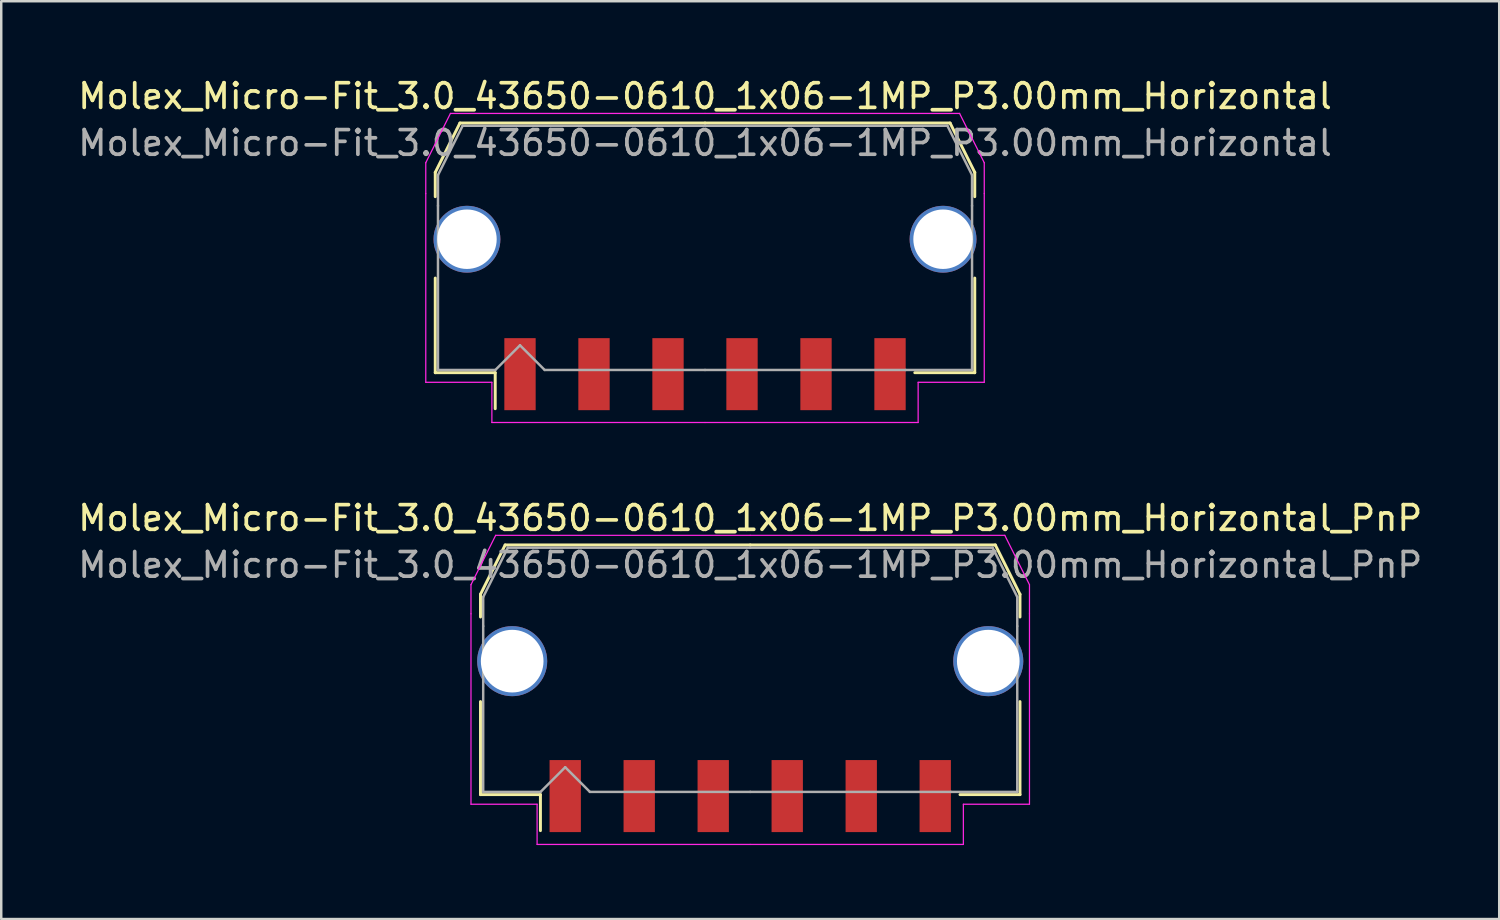
<source format=kicad_pcb>
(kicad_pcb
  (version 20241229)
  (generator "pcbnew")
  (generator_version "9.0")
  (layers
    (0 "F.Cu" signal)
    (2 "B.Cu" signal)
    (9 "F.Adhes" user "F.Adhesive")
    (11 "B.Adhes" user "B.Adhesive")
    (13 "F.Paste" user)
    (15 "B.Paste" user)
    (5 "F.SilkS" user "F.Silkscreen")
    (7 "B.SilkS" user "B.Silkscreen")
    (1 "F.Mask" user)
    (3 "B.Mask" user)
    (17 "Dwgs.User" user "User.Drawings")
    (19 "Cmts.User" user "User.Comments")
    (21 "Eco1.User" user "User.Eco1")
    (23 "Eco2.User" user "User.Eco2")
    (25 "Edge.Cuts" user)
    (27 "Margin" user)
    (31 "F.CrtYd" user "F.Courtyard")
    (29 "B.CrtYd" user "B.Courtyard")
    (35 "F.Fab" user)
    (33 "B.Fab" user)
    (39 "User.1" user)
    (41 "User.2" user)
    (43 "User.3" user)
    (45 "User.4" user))
  (footprint "Molex_Micro-Fit_3.0_43650-0610_1x06-1MP_P3.00mm_Horizontal_PnP"
    (layer "F.Cu")
    (at 27.363 24.102)
    (property "Reference" "Molex_Micro-Fit_3.0_43650-0610_1x06-1MP_P3.00mm_Horizontal_PnP" (at 0 -6.15 0) (layer "F.SilkS") (effects (font (size 1 1) (thickness 0.15))))
    (attr smd)
    (fp_line (start -10.935 -3.06) (end -10.935 -2.14) (stroke (width 0.12) (type solid)) (layer "F.SilkS"))
    (fp_line (start -10.935 1.29) (end -10.935 5.06) (stroke (width 0.12) (type solid)) (layer "F.SilkS"))
    (fp_line (start -10.935 5.06) (end -8.505 5.06) (stroke (width 0.12) (type solid)) (layer "F.SilkS"))
    (fp_line (start -9.935 -5.06) (end -10.935 -3.06) (stroke (width 0.12) (type solid)) (layer "F.SilkS"))
    (fp_line (start -8.505 5.06) (end -8.505 6.52) (stroke (width 0.12) (type solid)) (layer "F.SilkS"))
    (fp_line (start 0 -5.06) (end -9.935 -5.06) (stroke (width 0.12) (type solid)) (layer "F.SilkS"))
    (fp_line (start 0 -5.06) (end 9.935 -5.06) (stroke (width 0.12) (type solid)) (layer "F.SilkS"))
    (fp_line (start 9.935 -5.06) (end 10.935 -3.06) (stroke (width 0.12) (type solid)) (layer "F.SilkS"))
    (fp_line (start 10.935 -3.06) (end 10.935 -2.14) (stroke (width 0.12) (type solid)) (layer "F.SilkS"))
    (fp_line (start 10.935 1.29) (end 10.935 5.06) (stroke (width 0.12) (type solid)) (layer "F.SilkS"))
    (fp_line (start 10.935 5.06) (end 8.505 5.06) (stroke (width 0.12) (type solid)) (layer "F.SilkS"))
    (fp_line (start -11.32 -3.45) (end -11.32 -2.27) (stroke (width 0.05) (type solid)) (layer "F.CrtYd"))
    (fp_line (start -11.32 -2.27) (end -11.32 5.45) (stroke (width 0.05) (type solid)) (layer "F.CrtYd"))
    (fp_line (start -11.32 5.45) (end -8.64 5.45) (stroke (width 0.05) (type solid)) (layer "F.CrtYd"))
    (fp_line (start -10.32 -5.45) (end -11.32 -3.45) (stroke (width 0.05) (type solid)) (layer "F.CrtYd"))
    (fp_line (start -8.64 5.45) (end -8.64 7.08) (stroke (width 0.05) (type solid)) (layer "F.CrtYd"))
    (fp_line (start -8.64 7.08) (end 0 7.08) (stroke (width 0.05) (type solid)) (layer "F.CrtYd"))
    (fp_line (start 0 -5.45) (end -10.32 -5.45) (stroke (width 0.05) (type solid)) (layer "F.CrtYd"))
    (fp_line (start 0 -5.45) (end 10.32 -5.45) (stroke (width 0.05) (type solid)) (layer "F.CrtYd"))
    (fp_line (start 8.64 5.45) (end 8.64 7.08) (stroke (width 0.05) (type solid)) (layer "F.CrtYd"))
    (fp_line (start 8.64 7.08) (end 0 7.08) (stroke (width 0.05) (type solid)) (layer "F.CrtYd"))
    (fp_line (start 10.32 -5.45) (end 11.32 -3.45) (stroke (width 0.05) (type solid)) (layer "F.CrtYd"))
    (fp_line (start 11.32 -3.45) (end 11.32 -2.27) (stroke (width 0.05) (type solid)) (layer "F.CrtYd"))
    (fp_line (start 11.32 -2.27) (end 11.32 5.45) (stroke (width 0.05) (type solid)) (layer "F.CrtYd"))
    (fp_line (start 11.32 5.45) (end 8.64 5.45) (stroke (width 0.05) (type solid)) (layer "F.CrtYd"))
    (fp_line (start -10.825 -2.95) (end -10.825 -1.77) (stroke (width 0.1) (type solid)) (layer "F.Fab"))
    (fp_line (start -10.825 -1.77) (end -10.825 4.95) (stroke (width 0.1) (type solid)) (layer "F.Fab"))
    (fp_line (start -10.825 4.95) (end -8.5 4.95) (stroke (width 0.1) (type solid)) (layer "F.Fab"))
    (fp_line (start -9.825 -4.95) (end -10.825 -2.95) (stroke (width 0.1) (type solid)) (layer "F.Fab"))
    (fp_line (start -8.5 4.95) (end -7.5 3.95) (stroke (width 0.1) (type solid)) (layer "F.Fab"))
    (fp_line (start -7.5 3.95) (end -6.5 4.95) (stroke (width 0.1) (type solid)) (layer "F.Fab"))
    (fp_line (start -6.5 4.95) (end 0 4.95) (stroke (width 0.1) (type solid)) (layer "F.Fab"))
    (fp_line (start 0 -4.95) (end -9.825 -4.95) (stroke (width 0.1) (type solid)) (layer "F.Fab"))
    (fp_line (start 0 -4.95) (end 9.825 -4.95) (stroke (width 0.1) (type solid)) (layer "F.Fab"))
    (fp_line (start 8.135 4.95) (end 0 4.95) (stroke (width 0.1) (type solid)) (layer "F.Fab"))
    (fp_line (start 9.825 -4.95) (end 10.825 -2.95) (stroke (width 0.1) (type solid)) (layer "F.Fab"))
    (fp_line (start 10.825 -2.95) (end 10.825 -1.77) (stroke (width 0.1) (type solid)) (layer "F.Fab"))
    (fp_line (start 10.825 -1.77) (end 10.825 4.95) (stroke (width 0.1) (type solid)) (layer "F.Fab"))
    (fp_line (start 10.825 4.95) (end 8.135 4.95) (stroke (width 0.1) (type solid)) (layer "F.Fab"))
    (fp_text user "${REFERENCE}" (at 0 -4.25 0) (layer "F.Fab") (effects (font (size 1 1) (thickness 0.15))))
    (pad "1" smd rect (at -7.5 5.12) (size 1.27 2.92) (layers "F.Cu" "F.Mask" "F.Paste"))
    (pad "2" smd rect (at -4.5 5.12) (size 1.27 2.92) (layers "F.Cu" "F.Mask" "F.Paste"))
    (pad "3" smd rect (at -1.5 5.12) (size 1.27 2.92) (layers "F.Cu" "F.Mask" "F.Paste"))
    (pad "4" smd rect (at 1.5 5.12) (size 1.27 2.92) (layers "F.Cu" "F.Mask" "F.Paste"))
    (pad "5" smd rect (at 4.5 5.12) (size 1.27 2.92) (layers "F.Cu" "F.Mask" "F.Paste"))
    (pad "6" smd rect (at 7.5 5.12) (size 1.27 2.92) (layers "F.Cu" "F.Mask" "F.Paste"))
    (pad "MP" thru_hole circle (at -9.65 -0.35) (size 2.84 2.84) (drill 2.54) (layers "*.Cu" "*.Mask"))
    (pad "MP" thru_hole circle (at 9.65 -0.35) (size 2.84 2.84) (drill 2.54) (layers "*.Cu" "*.Mask")))
  (footprint "Molex_Micro-Fit_3.0_43650-0610_1x06-1MP_P3.00mm_Horizontal"
    (layer "F.Cu")
    (at 25.53 6.998)
    (property "Reference" "Molex_Micro-Fit_3.0_43650-0610_1x06-1MP_P3.00mm_Horizontal" (at 0 -6.15 0) (layer "F.SilkS") (effects (font (size 1 1) (thickness 0.15))))
    (attr smd)
    (fp_line (start -10.935 -3.06) (end -10.935 -2.075) (stroke (width 0.12) (type solid)) (layer "F.SilkS"))
    (fp_line (start -10.935 1.225) (end -10.935 5.06) (stroke (width 0.12) (type solid)) (layer "F.SilkS"))
    (fp_line (start -10.935 5.06) (end -8.505 5.06) (stroke (width 0.12) (type solid)) (layer "F.SilkS"))
    (fp_line (start -9.935 -5.06) (end -10.935 -3.06) (stroke (width 0.12) (type solid)) (layer "F.SilkS"))
    (fp_line (start -8.505 5.06) (end -8.505 6.52) (stroke (width 0.12) (type solid)) (layer "F.SilkS"))
    (fp_line (start 0 -5.06) (end -9.935 -5.06) (stroke (width 0.12) (type solid)) (layer "F.SilkS"))
    (fp_line (start 0 -5.06) (end 9.935 -5.06) (stroke (width 0.12) (type solid)) (layer "F.SilkS"))
    (fp_line (start 9.935 -5.06) (end 10.935 -3.06) (stroke (width 0.12) (type solid)) (layer "F.SilkS"))
    (fp_line (start 10.935 -3.06) (end 10.935 -2.075) (stroke (width 0.12) (type solid)) (layer "F.SilkS"))
    (fp_line (start 10.935 1.225) (end 10.935 5.06) (stroke (width 0.12) (type solid)) (layer "F.SilkS"))
    (fp_line (start 10.935 5.06) (end 8.505 5.06) (stroke (width 0.12) (type solid)) (layer "F.SilkS"))
    (fp_line (start -11.32 -3.45) (end -11.32 -2.2) (stroke (width 0.05) (type solid)) (layer "F.CrtYd"))
    (fp_line (start -11.32 -2.2) (end -11.32 5.45) (stroke (width 0.05) (type solid)) (layer "F.CrtYd"))
    (fp_line (start -11.32 5.45) (end -8.64 5.45) (stroke (width 0.05) (type solid)) (layer "F.CrtYd"))
    (fp_line (start -10.32 -5.45) (end -11.32 -3.45) (stroke (width 0.05) (type solid)) (layer "F.CrtYd"))
    (fp_line (start -8.64 5.45) (end -8.64 7.08) (stroke (width 0.05) (type solid)) (layer "F.CrtYd"))
    (fp_line (start -8.64 7.08) (end 0 7.08) (stroke (width 0.05) (type solid)) (layer "F.CrtYd"))
    (fp_line (start 0 -5.45) (end -10.32 -5.45) (stroke (width 0.05) (type solid)) (layer "F.CrtYd"))
    (fp_line (start 0 -5.45) (end 10.32 -5.45) (stroke (width 0.05) (type solid)) (layer "F.CrtYd"))
    (fp_line (start 8.64 5.45) (end 8.64 7.08) (stroke (width 0.05) (type solid)) (layer "F.CrtYd"))
    (fp_line (start 8.64 7.08) (end 0 7.08) (stroke (width 0.05) (type solid)) (layer "F.CrtYd"))
    (fp_line (start 10.32 -5.45) (end 11.32 -3.45) (stroke (width 0.05) (type solid)) (layer "F.CrtYd"))
    (fp_line (start 11.32 -3.45) (end 11.32 -2.2) (stroke (width 0.05) (type solid)) (layer "F.CrtYd"))
    (fp_line (start 11.32 -2.2) (end 11.32 5.45) (stroke (width 0.05) (type solid)) (layer "F.CrtYd"))
    (fp_line (start 11.32 5.45) (end 8.64 5.45) (stroke (width 0.05) (type solid)) (layer "F.CrtYd"))
    (fp_line (start -10.825 -2.95) (end -10.825 -1.705) (stroke (width 0.1) (type solid)) (layer "F.Fab"))
    (fp_line (start -10.825 -1.705) (end -10.825 4.95) (stroke (width 0.1) (type solid)) (layer "F.Fab"))
    (fp_line (start -10.825 4.95) (end -8.5 4.95) (stroke (width 0.1) (type solid)) (layer "F.Fab"))
    (fp_line (start -9.825 -4.95) (end -10.825 -2.95) (stroke (width 0.1) (type solid)) (layer "F.Fab"))
    (fp_line (start -8.5 4.95) (end -7.5 3.95) (stroke (width 0.1) (type solid)) (layer "F.Fab"))
    (fp_line (start -7.5 3.95) (end -6.5 4.95) (stroke (width 0.1) (type solid)) (layer "F.Fab"))
    (fp_line (start -6.5 4.95) (end 0 4.95) (stroke (width 0.1) (type solid)) (layer "F.Fab"))
    (fp_line (start 0 -4.95) (end -9.825 -4.95) (stroke (width 0.1) (type solid)) (layer "F.Fab"))
    (fp_line (start 0 -4.95) (end 9.825 -4.95) (stroke (width 0.1) (type solid)) (layer "F.Fab"))
    (fp_line (start 8.135 4.95) (end 0 4.95) (stroke (width 0.1) (type solid)) (layer "F.Fab"))
    (fp_line (start 9.825 -4.95) (end 10.825 -2.95) (stroke (width 0.1) (type solid)) (layer "F.Fab"))
    (fp_line (start 10.825 -2.95) (end 10.825 -1.705) (stroke (width 0.1) (type solid)) (layer "F.Fab"))
    (fp_line (start 10.825 -1.705) (end 10.825 4.95) (stroke (width 0.1) (type solid)) (layer "F.Fab"))
    (fp_line (start 10.825 4.95) (end 8.135 4.95) (stroke (width 0.1) (type solid)) (layer "F.Fab"))
    (fp_text user "${REFERENCE}" (at 0 -4.25 0) (layer "F.Fab") (effects (font (size 1 1) (thickness 0.15))))
    (pad "1" smd rect (at -7.5 5.12) (size 1.27 2.92) (layers "F.Cu" "F.Mask" "F.Paste"))
    (pad "2" smd rect (at -4.5 5.12) (size 1.27 2.92) (layers "F.Cu" "F.Mask" "F.Paste"))
    (pad "3" smd rect (at -1.5 5.12) (size 1.27 2.92) (layers "F.Cu" "F.Mask" "F.Paste"))
    (pad "4" smd rect (at 1.5 5.12) (size 1.27 2.92) (layers "F.Cu" "F.Mask" "F.Paste"))
    (pad "5" smd rect (at 4.5 5.12) (size 1.27 2.92) (layers "F.Cu" "F.Mask" "F.Paste"))
    (pad "6" smd rect (at 7.5 5.12) (size 1.27 2.92) (layers "F.Cu" "F.Mask" "F.Paste"))
    (pad "MP" thru_hole circle (at -9.65 -0.35) (size 2.71 2.71) (drill 2.41) (layers "*.Cu" "*.Mask"))
    (pad "MP" thru_hole circle (at 9.65 -0.35) (size 2.71 2.71) (drill 2.41) (layers "*.Cu" "*.Mask")))
  (gr_rect
    (start -3 -3)
    (end 57.726 34.206)
    (stroke (width 0.1) (type default))
    (fill no)
    (layer "Edge.Cuts")))
</source>
